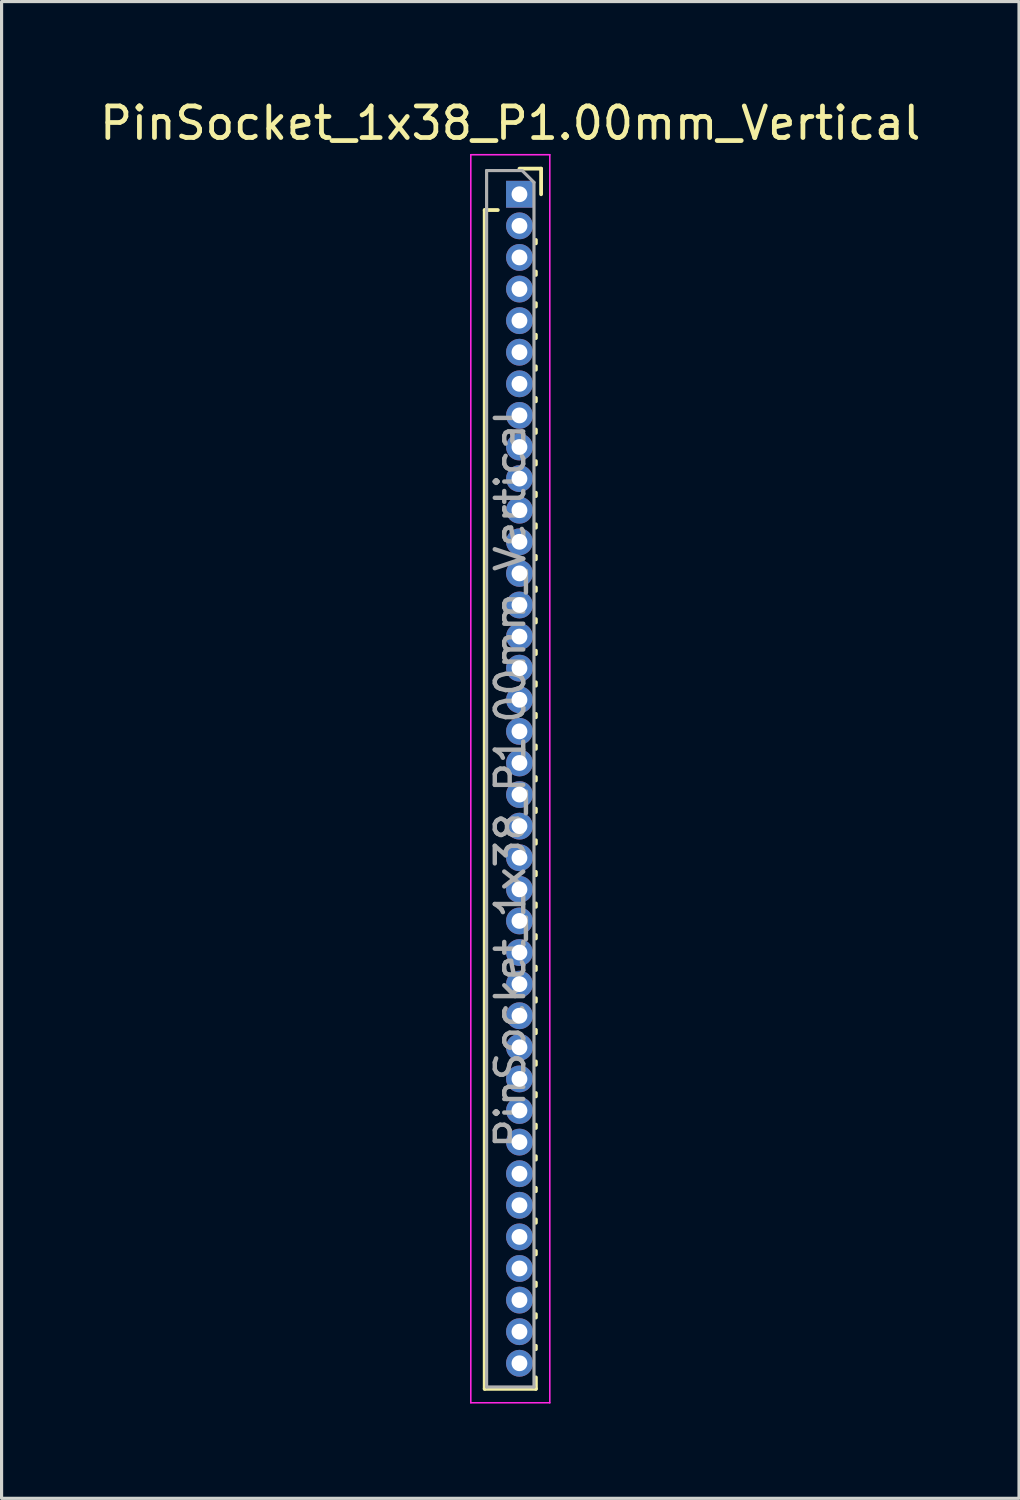
<source format=kicad_pcb>
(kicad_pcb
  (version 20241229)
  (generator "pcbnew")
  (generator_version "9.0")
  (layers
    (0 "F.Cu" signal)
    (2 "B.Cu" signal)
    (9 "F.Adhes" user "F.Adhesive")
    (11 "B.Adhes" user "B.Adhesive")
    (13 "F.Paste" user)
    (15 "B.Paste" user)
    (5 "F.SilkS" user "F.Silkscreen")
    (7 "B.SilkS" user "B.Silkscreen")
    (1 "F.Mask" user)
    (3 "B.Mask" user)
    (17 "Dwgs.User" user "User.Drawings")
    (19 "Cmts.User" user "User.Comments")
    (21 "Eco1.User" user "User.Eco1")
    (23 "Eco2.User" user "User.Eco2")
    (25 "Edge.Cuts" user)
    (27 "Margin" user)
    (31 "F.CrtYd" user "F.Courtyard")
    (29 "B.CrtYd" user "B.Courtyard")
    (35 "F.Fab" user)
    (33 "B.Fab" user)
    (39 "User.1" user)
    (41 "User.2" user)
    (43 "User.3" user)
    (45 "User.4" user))
  (footprint "PinSocket_1x38_P1.00mm_Vertical"
    (layer "F.Cu")
    (at 13.391 3.098)
    (property "Reference" "PinSocket_1x38_P1.00mm_Vertical" (at -0.29 -2.25 0) (layer "F.SilkS") (effects (font (size 1 1) (thickness 0.15))))
    (attr through_hole)
    (fp_line (start -1.1 0.5) (end -1.1 37.81) (stroke (width 0.12) (type solid)) (layer "F.SilkS"))
    (fp_line (start -1.1 0.5) (end -0.685 0.5) (stroke (width 0.12) (type solid)) (layer "F.SilkS"))
    (fp_line (start -1.1 37.81) (end 0.52 37.81) (stroke (width 0.12) (type solid)) (layer "F.SilkS"))
    (fp_line (start 0 -0.81) (end 0.685 -0.81) (stroke (width 0.12) (type solid)) (layer "F.SilkS"))
    (fp_line (start 0.52 1.446) (end 0.52 1.554) (stroke (width 0.12) (type solid)) (layer "F.SilkS"))
    (fp_line (start 0.52 2.446) (end 0.52 2.554) (stroke (width 0.12) (type solid)) (layer "F.SilkS"))
    (fp_line (start 0.52 3.446) (end 0.52 3.554) (stroke (width 0.12) (type solid)) (layer "F.SilkS"))
    (fp_line (start 0.52 4.446) (end 0.52 4.554) (stroke (width 0.12) (type solid)) (layer "F.SilkS"))
    (fp_line (start 0.52 5.446) (end 0.52 5.554) (stroke (width 0.12) (type solid)) (layer "F.SilkS"))
    (fp_line (start 0.52 6.446) (end 0.52 6.554) (stroke (width 0.12) (type solid)) (layer "F.SilkS"))
    (fp_line (start 0.52 7.446) (end 0.52 7.554) (stroke (width 0.12) (type solid)) (layer "F.SilkS"))
    (fp_line (start 0.52 8.446) (end 0.52 8.554) (stroke (width 0.12) (type solid)) (layer "F.SilkS"))
    (fp_line (start 0.52 9.446) (end 0.52 9.554) (stroke (width 0.12) (type solid)) (layer "F.SilkS"))
    (fp_line (start 0.52 10.446) (end 0.52 10.554) (stroke (width 0.12) (type solid)) (layer "F.SilkS"))
    (fp_line (start 0.52 11.446) (end 0.52 11.554) (stroke (width 0.12) (type solid)) (layer "F.SilkS"))
    (fp_line (start 0.52 12.446) (end 0.52 12.554) (stroke (width 0.12) (type solid)) (layer "F.SilkS"))
    (fp_line (start 0.52 13.446) (end 0.52 13.554) (stroke (width 0.12) (type solid)) (layer "F.SilkS"))
    (fp_line (start 0.52 14.446) (end 0.52 14.554) (stroke (width 0.12) (type solid)) (layer "F.SilkS"))
    (fp_line (start 0.52 15.446) (end 0.52 15.554) (stroke (width 0.12) (type solid)) (layer "F.SilkS"))
    (fp_line (start 0.52 16.446) (end 0.52 16.554) (stroke (width 0.12) (type solid)) (layer "F.SilkS"))
    (fp_line (start 0.52 17.446) (end 0.52 17.554) (stroke (width 0.12) (type solid)) (layer "F.SilkS"))
    (fp_line (start 0.52 18.446) (end 0.52 18.554) (stroke (width 0.12) (type solid)) (layer "F.SilkS"))
    (fp_line (start 0.52 19.446) (end 0.52 19.554) (stroke (width 0.12) (type solid)) (layer "F.SilkS"))
    (fp_line (start 0.52 20.446) (end 0.52 20.554) (stroke (width 0.12) (type solid)) (layer "F.SilkS"))
    (fp_line (start 0.52 21.446) (end 0.52 21.554) (stroke (width 0.12) (type solid)) (layer "F.SilkS"))
    (fp_line (start 0.52 22.446) (end 0.52 22.554) (stroke (width 0.12) (type solid)) (layer "F.SilkS"))
    (fp_line (start 0.52 23.446) (end 0.52 23.554) (stroke (width 0.12) (type solid)) (layer "F.SilkS"))
    (fp_line (start 0.52 24.446) (end 0.52 24.554) (stroke (width 0.12) (type solid)) (layer "F.SilkS"))
    (fp_line (start 0.52 25.446) (end 0.52 25.554) (stroke (width 0.12) (type solid)) (layer "F.SilkS"))
    (fp_line (start 0.52 26.446) (end 0.52 26.554) (stroke (width 0.12) (type solid)) (layer "F.SilkS"))
    (fp_line (start 0.52 27.446) (end 0.52 27.554) (stroke (width 0.12) (type solid)) (layer "F.SilkS"))
    (fp_line (start 0.52 28.446) (end 0.52 28.554) (stroke (width 0.12) (type solid)) (layer "F.SilkS"))
    (fp_line (start 0.52 29.446) (end 0.52 29.554) (stroke (width 0.12) (type solid)) (layer "F.SilkS"))
    (fp_line (start 0.52 30.446) (end 0.52 30.554) (stroke (width 0.12) (type solid)) (layer "F.SilkS"))
    (fp_line (start 0.52 31.446) (end 0.52 31.554) (stroke (width 0.12) (type solid)) (layer "F.SilkS"))
    (fp_line (start 0.52 32.446) (end 0.52 32.554) (stroke (width 0.12) (type solid)) (layer "F.SilkS"))
    (fp_line (start 0.52 33.446) (end 0.52 33.554) (stroke (width 0.12) (type solid)) (layer "F.SilkS"))
    (fp_line (start 0.52 34.446) (end 0.52 34.554) (stroke (width 0.12) (type solid)) (layer "F.SilkS"))
    (fp_line (start 0.52 35.446) (end 0.52 35.554) (stroke (width 0.12) (type solid)) (layer "F.SilkS"))
    (fp_line (start 0.52 36.446) (end 0.52 36.554) (stroke (width 0.12) (type solid)) (layer "F.SilkS"))
    (fp_line (start 0.52 37.446) (end 0.52 37.81) (stroke (width 0.12) (type solid)) (layer "F.SilkS"))
    (fp_line (start 0.685 -0.81) (end 0.685 0) (stroke (width 0.12) (type solid)) (layer "F.SilkS"))
    (fp_line (start -1.54 -1.25) (end 0.96 -1.25) (stroke (width 0.05) (type solid)) (layer "F.CrtYd"))
    (fp_line (start -1.54 38.25) (end -1.54 -1.25) (stroke (width 0.05) (type solid)) (layer "F.CrtYd"))
    (fp_line (start 0.96 -1.25) (end 0.96 38.25) (stroke (width 0.05) (type solid)) (layer "F.CrtYd"))
    (fp_line (start 0.96 38.25) (end -1.54 38.25) (stroke (width 0.05) (type solid)) (layer "F.CrtYd"))
    (fp_line (start -1.04 -0.75) (end 0.085 -0.75) (stroke (width 0.1) (type solid)) (layer "F.Fab"))
    (fp_line (start -1.04 37.75) (end -1.04 -0.75) (stroke (width 0.1) (type solid)) (layer "F.Fab"))
    (fp_line (start 0.085 -0.75) (end 0.46 -0.375) (stroke (width 0.1) (type solid)) (layer "F.Fab"))
    (fp_line (start 0.46 -0.375) (end 0.46 37.75) (stroke (width 0.1) (type solid)) (layer "F.Fab"))
    (fp_line (start 0.46 37.75) (end -1.04 37.75) (stroke (width 0.1) (type solid)) (layer "F.Fab"))
    (fp_text user "${REFERENCE}" (at -0.29 18.5 90) (layer "F.Fab") (effects (font (size 0.9 0.9) (thickness 0.14))))
    (pad "1" thru_hole rect (at 0 0) (size 0.85 0.85) (drill 0.5) (layers "*.Cu" "*.Mask"))
    (pad "2" thru_hole oval (at 0 1) (size 0.85 0.85) (drill 0.5) (layers "*.Cu" "*.Mask"))
    (pad "3" thru_hole oval (at 0 2) (size 0.85 0.85) (drill 0.5) (layers "*.Cu" "*.Mask"))
    (pad "4" thru_hole oval (at 0 3) (size 0.85 0.85) (drill 0.5) (layers "*.Cu" "*.Mask"))
    (pad "5" thru_hole oval (at 0 4) (size 0.85 0.85) (drill 0.5) (layers "*.Cu" "*.Mask"))
    (pad "6" thru_hole oval (at 0 5) (size 0.85 0.85) (drill 0.5) (layers "*.Cu" "*.Mask"))
    (pad "7" thru_hole oval (at 0 6) (size 0.85 0.85) (drill 0.5) (layers "*.Cu" "*.Mask"))
    (pad "8" thru_hole oval (at 0 7) (size 0.85 0.85) (drill 0.5) (layers "*.Cu" "*.Mask"))
    (pad "9" thru_hole oval (at 0 8) (size 0.85 0.85) (drill 0.5) (layers "*.Cu" "*.Mask"))
    (pad "10" thru_hole oval (at 0 9) (size 0.85 0.85) (drill 0.5) (layers "*.Cu" "*.Mask"))
    (pad "11" thru_hole oval (at 0 10) (size 0.85 0.85) (drill 0.5) (layers "*.Cu" "*.Mask"))
    (pad "12" thru_hole oval (at 0 11) (size 0.85 0.85) (drill 0.5) (layers "*.Cu" "*.Mask"))
    (pad "13" thru_hole oval (at 0 12) (size 0.85 0.85) (drill 0.5) (layers "*.Cu" "*.Mask"))
    (pad "14" thru_hole oval (at 0 13) (size 0.85 0.85) (drill 0.5) (layers "*.Cu" "*.Mask"))
    (pad "15" thru_hole oval (at 0 14) (size 0.85 0.85) (drill 0.5) (layers "*.Cu" "*.Mask"))
    (pad "16" thru_hole oval (at 0 15) (size 0.85 0.85) (drill 0.5) (layers "*.Cu" "*.Mask"))
    (pad "17" thru_hole oval (at 0 16) (size 0.85 0.85) (drill 0.5) (layers "*.Cu" "*.Mask"))
    (pad "18" thru_hole oval (at 0 17) (size 0.85 0.85) (drill 0.5) (layers "*.Cu" "*.Mask"))
    (pad "19" thru_hole oval (at 0 18) (size 0.85 0.85) (drill 0.5) (layers "*.Cu" "*.Mask"))
    (pad "20" thru_hole oval (at 0 19) (size 0.85 0.85) (drill 0.5) (layers "*.Cu" "*.Mask"))
    (pad "21" thru_hole oval (at 0 20) (size 0.85 0.85) (drill 0.5) (layers "*.Cu" "*.Mask"))
    (pad "22" thru_hole oval (at 0 21) (size 0.85 0.85) (drill 0.5) (layers "*.Cu" "*.Mask"))
    (pad "23" thru_hole oval (at 0 22) (size 0.85 0.85) (drill 0.5) (layers "*.Cu" "*.Mask"))
    (pad "24" thru_hole oval (at 0 23) (size 0.85 0.85) (drill 0.5) (layers "*.Cu" "*.Mask"))
    (pad "25" thru_hole oval (at 0 24) (size 0.85 0.85) (drill 0.5) (layers "*.Cu" "*.Mask"))
    (pad "26" thru_hole oval (at 0 25) (size 0.85 0.85) (drill 0.5) (layers "*.Cu" "*.Mask"))
    (pad "27" thru_hole oval (at 0 26) (size 0.85 0.85) (drill 0.5) (layers "*.Cu" "*.Mask"))
    (pad "28" thru_hole oval (at 0 27) (size 0.85 0.85) (drill 0.5) (layers "*.Cu" "*.Mask"))
    (pad "29" thru_hole oval (at 0 28) (size 0.85 0.85) (drill 0.5) (layers "*.Cu" "*.Mask"))
    (pad "30" thru_hole oval (at 0 29) (size 0.85 0.85) (drill 0.5) (layers "*.Cu" "*.Mask"))
    (pad "31" thru_hole oval (at 0 30) (size 0.85 0.85) (drill 0.5) (layers "*.Cu" "*.Mask"))
    (pad "32" thru_hole oval (at 0 31) (size 0.85 0.85) (drill 0.5) (layers "*.Cu" "*.Mask"))
    (pad "33" thru_hole oval (at 0 32) (size 0.85 0.85) (drill 0.5) (layers "*.Cu" "*.Mask"))
    (pad "34" thru_hole oval (at 0 33) (size 0.85 0.85) (drill 0.5) (layers "*.Cu" "*.Mask"))
    (pad "35" thru_hole oval (at 0 34) (size 0.85 0.85) (drill 0.5) (layers "*.Cu" "*.Mask"))
    (pad "36" thru_hole oval (at 0 35) (size 0.85 0.85) (drill 0.5) (layers "*.Cu" "*.Mask"))
    (pad "37" thru_hole oval (at 0 36) (size 0.85 0.85) (drill 0.5) (layers "*.Cu" "*.Mask"))
    (pad "38" thru_hole oval (at 0 37) (size 0.85 0.85) (drill 0.5) (layers "*.Cu" "*.Mask")))
  (gr_rect
    (start -3 -3)
    (end 29.202 44.373)
    (stroke (width 0.1) (type default))
    (fill no)
    (layer "Edge.Cuts")))
</source>
